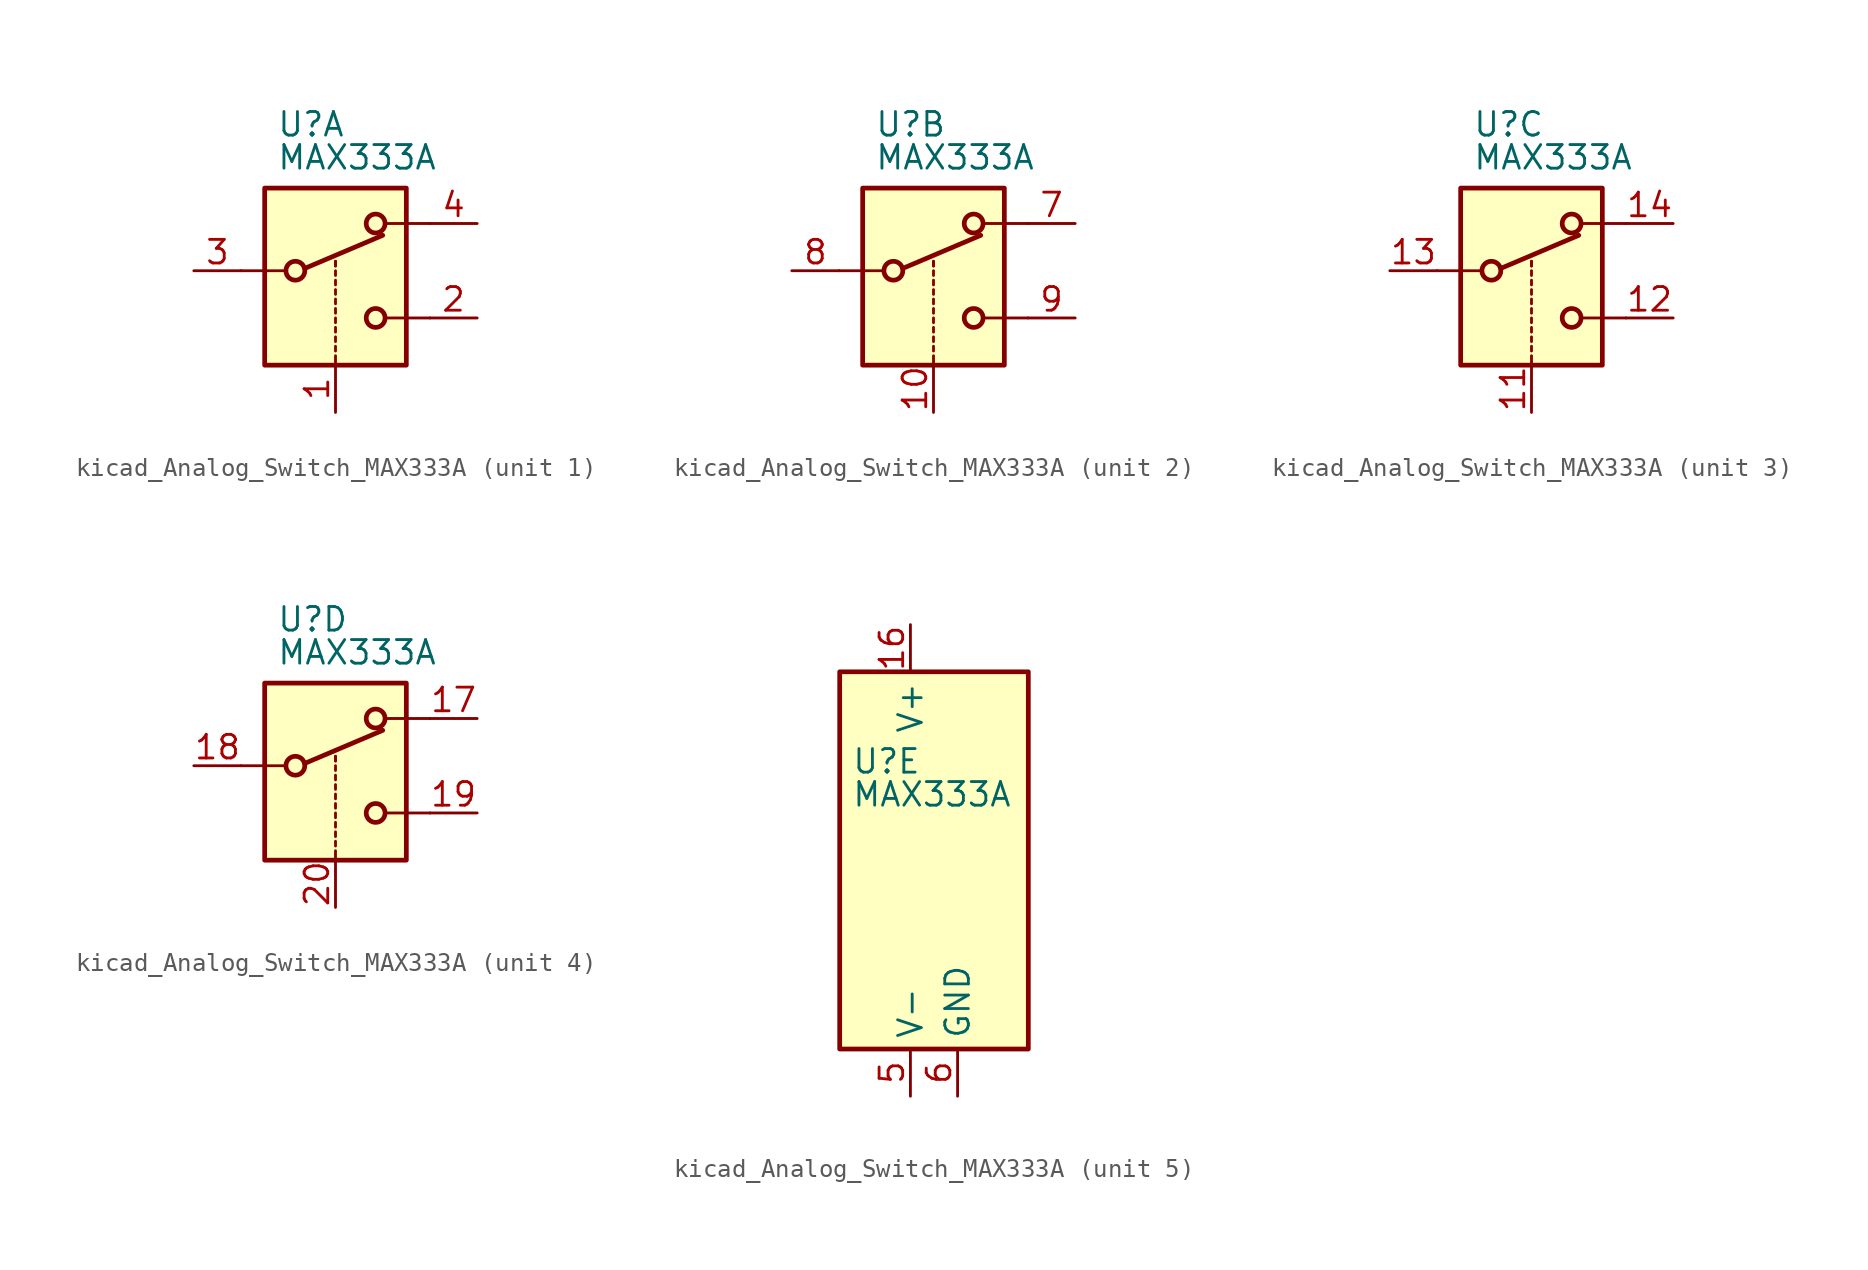
<source format=kicad_sym>
(kicad_symbol_lib
  (version 20220914)
  (generator kicad_symbol_editor)
  (symbol "kicad_Analog_Switch_MAX333A"
    (property "Reference" "U"
      (at -3.175 5.334 0)
      (effects (font (size 1.27 1.27)) (justify left)))
    (property "Value" "MAX333A"
      (at -3.175 3.556 0)
      (effects (font (size 1.27 1.27)) (justify left)))
    (symbol "kicad_Analog_Switch_MAX333A_1_1"
      (rectangle (start -3.81 1.905) (end 3.81 -7.62) (stroke (width 0.254) (type default)) (fill (type background)))
      (circle (center -2.159 -2.54) (radius 0.508) (stroke (width 0.254) (type default)) (fill (type none)))
      (polyline (pts (xy -5.08 -2.54) (xy -2.794 -2.54)) (stroke (width 0) (type default)) (fill (type none)))
      (polyline (pts (xy -1.651 -2.413) (xy 2.54 -0.635)) (stroke (width 0.254) (type default)) (fill (type none)))
      (polyline (pts (xy 0 -7.62) (xy 0 -7.112)) (stroke (width 0) (type default)) (fill (type none)))
      (polyline (pts (xy 0 -6.858) (xy 0 -6.604)) (stroke (width 0) (type default)) (fill (type none)))
      (polyline (pts (xy 0 -6.35) (xy 0 -6.096)) (stroke (width 0) (type default)) (fill (type none)))
      (polyline (pts (xy 0 -5.842) (xy 0 -5.588)) (stroke (width 0) (type default)) (fill (type none)))
      (polyline (pts (xy 0 -5.334) (xy 0 -5.08)) (stroke (width 0) (type default)) (fill (type none)))
      (polyline (pts (xy 0 -4.826) (xy 0 -4.572)) (stroke (width 0) (type default)) (fill (type none)))
      (polyline (pts (xy 0 -4.318) (xy 0 -4.064)) (stroke (width 0) (type default)) (fill (type none)))
      (polyline (pts (xy 0 -3.81) (xy 0 -3.556)) (stroke (width 0) (type default)) (fill (type none)))
      (polyline (pts (xy 0 -3.302) (xy 0 -3.048)) (stroke (width 0) (type default)) (fill (type none)))
      (polyline (pts (xy 0 -2.794) (xy 0 -2.54)) (stroke (width 0) (type default)) (fill (type none)))
      (polyline (pts (xy 0 -2.286) (xy 0 -2.032)) (stroke (width 0) (type default)) (fill (type none)))
      (polyline (pts (xy 0 -2.286) (xy 0 -2.032)) (stroke (width 0) (type default)) (fill (type none)))
      (polyline (pts (xy 5.08 -5.08) (xy 2.794 -5.08)) (stroke (width 0) (type default)) (fill (type none)))
      (polyline (pts (xy 5.08 0) (xy 2.794 0)) (stroke (width 0) (type default)) (fill (type none)))
      (circle (center 2.159 -5.08) (radius 0.508) (stroke (width 0.254) (type default)) (fill (type none)))
      (circle (center 2.159 0) (radius 0.508) (stroke (width 0.254) (type default)) (fill (type none)))
      (pin input line (at 0 -10.16 90) (length 2.54) (name "~" (effects (font (size 1.27 1.27)))) (number "1" (effects (font (size 1.27 1.27)))))
      (pin passive line (at 7.62 -5.08 180) (length 2.54) (name "~" (effects (font (size 1.27 1.27)))) (number "2" (effects (font (size 1.27 1.27)))))
      (pin passive line (at -7.62 -2.54 0) (length 2.54) (name "~" (effects (font (size 1.27 1.27)))) (number "3" (effects (font (size 1.27 1.27)))))
      (pin passive line (at 7.62 0 180) (length 2.54) (name "~" (effects (font (size 1.27 1.27)))) (number "4" (effects (font (size 1.27 1.27))))))
    (symbol "kicad_Analog_Switch_MAX333A_2_1"
      (rectangle (start -3.81 1.905) (end 3.81 -7.62) (stroke (width 0.254) (type default)) (fill (type background)))
      (circle (center -2.159 -2.54) (radius 0.508) (stroke (width 0.254) (type default)) (fill (type none)))
      (polyline (pts (xy -5.08 -2.54) (xy -2.794 -2.54)) (stroke (width 0) (type default)) (fill (type none)))
      (polyline (pts (xy -1.651 -2.413) (xy 2.54 -0.635)) (stroke (width 0.254) (type default)) (fill (type none)))
      (polyline (pts (xy 0 -7.62) (xy 0 -7.112)) (stroke (width 0) (type default)) (fill (type none)))
      (polyline (pts (xy 0 -6.858) (xy 0 -6.604)) (stroke (width 0) (type default)) (fill (type none)))
      (polyline (pts (xy 0 -6.35) (xy 0 -6.096)) (stroke (width 0) (type default)) (fill (type none)))
      (polyline (pts (xy 0 -5.842) (xy 0 -5.588)) (stroke (width 0) (type default)) (fill (type none)))
      (polyline (pts (xy 0 -5.334) (xy 0 -5.08)) (stroke (width 0) (type default)) (fill (type none)))
      (polyline (pts (xy 0 -4.826) (xy 0 -4.572)) (stroke (width 0) (type default)) (fill (type none)))
      (polyline (pts (xy 0 -4.318) (xy 0 -4.064)) (stroke (width 0) (type default)) (fill (type none)))
      (polyline (pts (xy 0 -3.81) (xy 0 -3.556)) (stroke (width 0) (type default)) (fill (type none)))
      (polyline (pts (xy 0 -3.302) (xy 0 -3.048)) (stroke (width 0) (type default)) (fill (type none)))
      (polyline (pts (xy 0 -2.794) (xy 0 -2.54)) (stroke (width 0) (type default)) (fill (type none)))
      (polyline (pts (xy 0 -2.286) (xy 0 -2.032)) (stroke (width 0) (type default)) (fill (type none)))
      (polyline (pts (xy 0 -2.286) (xy 0 -2.032)) (stroke (width 0) (type default)) (fill (type none)))
      (polyline (pts (xy 5.08 -5.08) (xy 2.794 -5.08)) (stroke (width 0) (type default)) (fill (type none)))
      (polyline (pts (xy 5.08 0) (xy 2.794 0)) (stroke (width 0) (type default)) (fill (type none)))
      (circle (center 2.159 -5.08) (radius 0.508) (stroke (width 0.254) (type default)) (fill (type none)))
      (circle (center 2.159 0) (radius 0.508) (stroke (width 0.254) (type default)) (fill (type none)))
      (pin input line (at 0 -10.16 90) (length 2.54) (name "~" (effects (font (size 1.27 1.27)))) (number "10" (effects (font (size 1.27 1.27)))))
      (pin passive line (at 7.62 0 180) (length 2.54) (name "~" (effects (font (size 1.27 1.27)))) (number "7" (effects (font (size 1.27 1.27)))))
      (pin passive line (at -7.62 -2.54 0) (length 2.54) (name "~" (effects (font (size 1.27 1.27)))) (number "8" (effects (font (size 1.27 1.27)))))
      (pin passive line (at 7.62 -5.08 180) (length 2.54) (name "~" (effects (font (size 1.27 1.27)))) (number "9" (effects (font (size 1.27 1.27))))))
    (symbol "kicad_Analog_Switch_MAX333A_3_1"
      (rectangle (start -3.81 1.905) (end 3.81 -7.62) (stroke (width 0.254) (type default)) (fill (type background)))
      (circle (center -2.159 -2.54) (radius 0.508) (stroke (width 0.254) (type default)) (fill (type none)))
      (polyline (pts (xy -5.08 -2.54) (xy -2.794 -2.54)) (stroke (width 0) (type default)) (fill (type none)))
      (polyline (pts (xy -1.651 -2.413) (xy 2.54 -0.635)) (stroke (width 0.254) (type default)) (fill (type none)))
      (polyline (pts (xy 0 -7.62) (xy 0 -7.112)) (stroke (width 0) (type default)) (fill (type none)))
      (polyline (pts (xy 0 -6.858) (xy 0 -6.604)) (stroke (width 0) (type default)) (fill (type none)))
      (polyline (pts (xy 0 -6.35) (xy 0 -6.096)) (stroke (width 0) (type default)) (fill (type none)))
      (polyline (pts (xy 0 -5.842) (xy 0 -5.588)) (stroke (width 0) (type default)) (fill (type none)))
      (polyline (pts (xy 0 -5.334) (xy 0 -5.08)) (stroke (width 0) (type default)) (fill (type none)))
      (polyline (pts (xy 0 -4.826) (xy 0 -4.572)) (stroke (width 0) (type default)) (fill (type none)))
      (polyline (pts (xy 0 -4.318) (xy 0 -4.064)) (stroke (width 0) (type default)) (fill (type none)))
      (polyline (pts (xy 0 -3.81) (xy 0 -3.556)) (stroke (width 0) (type default)) (fill (type none)))
      (polyline (pts (xy 0 -3.302) (xy 0 -3.048)) (stroke (width 0) (type default)) (fill (type none)))
      (polyline (pts (xy 0 -2.794) (xy 0 -2.54)) (stroke (width 0) (type default)) (fill (type none)))
      (polyline (pts (xy 0 -2.286) (xy 0 -2.032)) (stroke (width 0) (type default)) (fill (type none)))
      (polyline (pts (xy 0 -2.286) (xy 0 -2.032)) (stroke (width 0) (type default)) (fill (type none)))
      (polyline (pts (xy 5.08 -5.08) (xy 2.794 -5.08)) (stroke (width 0) (type default)) (fill (type none)))
      (polyline (pts (xy 5.08 0) (xy 2.794 0)) (stroke (width 0) (type default)) (fill (type none)))
      (circle (center 2.159 -5.08) (radius 0.508) (stroke (width 0.254) (type default)) (fill (type none)))
      (circle (center 2.159 0) (radius 0.508) (stroke (width 0.254) (type default)) (fill (type none)))
      (pin input line (at 0 -10.16 90) (length 2.54) (name "~" (effects (font (size 1.27 1.27)))) (number "11" (effects (font (size 1.27 1.27)))))
      (pin passive line (at 7.62 -5.08 180) (length 2.54) (name "~" (effects (font (size 1.27 1.27)))) (number "12" (effects (font (size 1.27 1.27)))))
      (pin passive line (at -7.62 -2.54 0) (length 2.54) (name "~" (effects (font (size 1.27 1.27)))) (number "13" (effects (font (size 1.27 1.27)))))
      (pin passive line (at 7.62 0 180) (length 2.54) (name "~" (effects (font (size 1.27 1.27)))) (number "14" (effects (font (size 1.27 1.27))))))
    (symbol "kicad_Analog_Switch_MAX333A_4_1"
      (rectangle (start -3.81 1.905) (end 3.81 -7.62) (stroke (width 0.254) (type default)) (fill (type background)))
      (circle (center -2.159 -2.54) (radius 0.508) (stroke (width 0.254) (type default)) (fill (type none)))
      (polyline (pts (xy -5.08 -2.54) (xy -2.794 -2.54)) (stroke (width 0) (type default)) (fill (type none)))
      (polyline (pts (xy -1.651 -2.413) (xy 2.54 -0.635)) (stroke (width 0.254) (type default)) (fill (type none)))
      (polyline (pts (xy 0 -7.62) (xy 0 -7.112)) (stroke (width 0) (type default)) (fill (type none)))
      (polyline (pts (xy 0 -6.858) (xy 0 -6.604)) (stroke (width 0) (type default)) (fill (type none)))
      (polyline (pts (xy 0 -6.35) (xy 0 -6.096)) (stroke (width 0) (type default)) (fill (type none)))
      (polyline (pts (xy 0 -5.842) (xy 0 -5.588)) (stroke (width 0) (type default)) (fill (type none)))
      (polyline (pts (xy 0 -5.334) (xy 0 -5.08)) (stroke (width 0) (type default)) (fill (type none)))
      (polyline (pts (xy 0 -4.826) (xy 0 -4.572)) (stroke (width 0) (type default)) (fill (type none)))
      (polyline (pts (xy 0 -4.318) (xy 0 -4.064)) (stroke (width 0) (type default)) (fill (type none)))
      (polyline (pts (xy 0 -3.81) (xy 0 -3.556)) (stroke (width 0) (type default)) (fill (type none)))
      (polyline (pts (xy 0 -3.302) (xy 0 -3.048)) (stroke (width 0) (type default)) (fill (type none)))
      (polyline (pts (xy 0 -2.794) (xy 0 -2.54)) (stroke (width 0) (type default)) (fill (type none)))
      (polyline (pts (xy 0 -2.286) (xy 0 -2.032)) (stroke (width 0) (type default)) (fill (type none)))
      (polyline (pts (xy 0 -2.286) (xy 0 -2.032)) (stroke (width 0) (type default)) (fill (type none)))
      (polyline (pts (xy 5.08 -5.08) (xy 2.794 -5.08)) (stroke (width 0) (type default)) (fill (type none)))
      (polyline (pts (xy 5.08 0) (xy 2.794 0)) (stroke (width 0) (type default)) (fill (type none)))
      (circle (center 2.159 -5.08) (radius 0.508) (stroke (width 0.254) (type default)) (fill (type none)))
      (circle (center 2.159 0) (radius 0.508) (stroke (width 0.254) (type default)) (fill (type none)))
      (pin passive line (at 7.62 0 180) (length 2.54) (name "~" (effects (font (size 1.27 1.27)))) (number "17" (effects (font (size 1.27 1.27)))))
      (pin passive line (at -7.62 -2.54 0) (length 2.54) (name "~" (effects (font (size 1.27 1.27)))) (number "18" (effects (font (size 1.27 1.27)))))
      (pin passive line (at 7.62 -5.08 180) (length 2.54) (name "~" (effects (font (size 1.27 1.27)))) (number "19" (effects (font (size 1.27 1.27)))))
      (pin input line (at 0 -10.16 90) (length 2.54) (name "~" (effects (font (size 1.27 1.27)))) (number "20" (effects (font (size 1.27 1.27))))))
    (symbol "kicad_Analog_Switch_MAX333A_5_0"
      (pin no_connect line (at 2.54 10.16 270) (length 2.54) hide (name "NC" (effects (font (size 1.27 1.27)))) (number "15" (effects (font (size 1.27 1.27)))))
      (pin power_in line (at 0 12.7 270) (length 2.54) (name "V+" (effects (font (size 1.27 1.27)))) (number "16" (effects (font (size 1.27 1.27)))))
      (pin power_in line (at 0 -12.7 90) (length 2.54) (name "V-" (effects (font (size 1.27 1.27)))) (number "5" (effects (font (size 1.27 1.27)))))
      (pin power_in line (at 2.54 -12.7 90) (length 2.54) (name "GND" (effects (font (size 1.27 1.27)))) (number "6" (effects (font (size 1.27 1.27))))))
    (symbol "kicad_Analog_Switch_MAX333A_5_1"
      (rectangle (start -3.81 10.16) (end 6.35 -10.16) (stroke (width 0.254) (type default)) (fill (type background))))))
</source>
